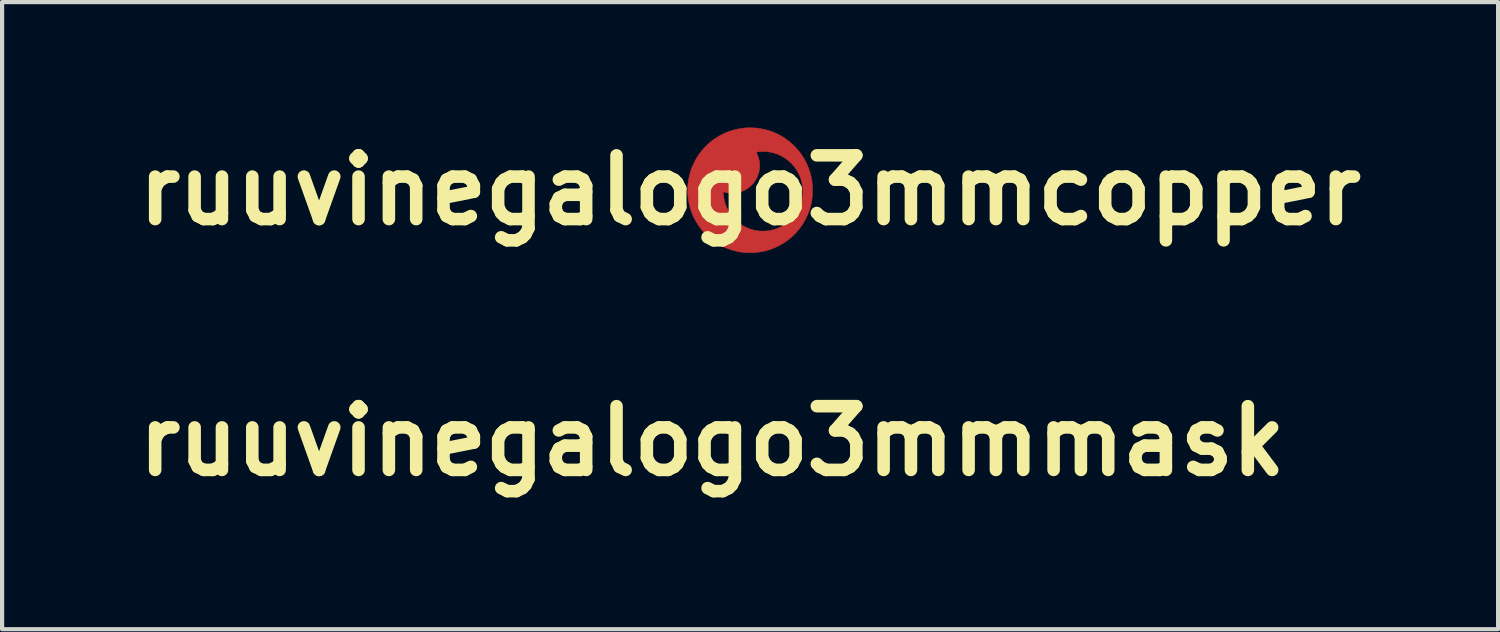
<source format=kicad_pcb>
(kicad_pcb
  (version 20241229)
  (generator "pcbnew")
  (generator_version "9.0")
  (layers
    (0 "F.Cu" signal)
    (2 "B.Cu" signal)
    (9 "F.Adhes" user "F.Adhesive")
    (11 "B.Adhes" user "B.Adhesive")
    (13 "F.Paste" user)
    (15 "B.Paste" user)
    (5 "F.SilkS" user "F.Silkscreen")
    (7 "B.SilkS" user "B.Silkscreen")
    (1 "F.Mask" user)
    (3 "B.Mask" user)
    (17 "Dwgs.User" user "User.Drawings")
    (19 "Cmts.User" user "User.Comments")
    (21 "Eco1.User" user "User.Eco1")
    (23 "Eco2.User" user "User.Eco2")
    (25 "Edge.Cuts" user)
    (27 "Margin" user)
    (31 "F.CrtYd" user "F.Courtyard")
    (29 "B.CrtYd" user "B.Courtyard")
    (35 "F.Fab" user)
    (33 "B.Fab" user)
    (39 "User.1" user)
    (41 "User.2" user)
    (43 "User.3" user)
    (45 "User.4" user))
  (footprint "ruuvinegalogo3mmcopper"
    (layer "F.Cu")
    (at 14.884 1.499)
    (property "Reference" "ruuvinegalogo3mmcopper" (at 0 0 0) (layer "F.SilkS") (effects (font (size 1.524 1.524) (thickness 0.3))))
    (attr through_hole)
    (fp_poly (pts (xy 0.012 -1.493) (xy 0.045 -1.493) (xy 0.077 -1.492) (xy 0.107 -1.491) (xy 0.135 -1.489) (xy 0.158 -1.487) (xy 0.161 -1.487) (xy 0.256 -1.473) (xy 0.349 -1.454) (xy 0.44 -1.43) (xy 0.528 -1.4) (xy 0.615 -1.364) (xy 0.698 -1.324) (xy 0.779 -1.278) (xy 0.857 -1.227) (xy 0.932 -1.171) (xy 1.004 -1.109) (xy 1.058 -1.058) (xy 1.122 -0.989) (xy 1.182 -0.917) (xy 1.237 -0.842) (xy 1.287 -0.763) (xy 1.332 -0.682) (xy 1.372 -0.598) (xy 1.406 -0.512) (xy 1.435 -0.424) (xy 1.459 -0.335) (xy 1.476 -0.243) (xy 1.48 -0.217) (xy 1.49 -0.128) (xy 1.495 -0.038) (xy 1.494 0.052) (xy 1.489 0.142) (xy 1.478 0.231) (xy 1.462 0.317) (xy 1.46 0.329) (xy 1.436 0.418) (xy 1.408 0.506) (xy 1.374 0.593) (xy 1.334 0.676) (xy 1.29 0.757) (xy 1.242 0.835) (xy 1.188 0.909) (xy 1.184 0.914) (xy 1.136 0.973) (xy 1.084 1.03) (xy 1.03 1.084) (xy 0.974 1.135) (xy 0.92 1.179) (xy 0.848 1.231) (xy 0.773 1.28) (xy 0.695 1.324) (xy 0.614 1.364) (xy 0.532 1.398) (xy 0.477 1.418) (xy 0.399 1.441) (xy 0.318 1.461) (xy 0.236 1.476) (xy 0.153 1.487) (xy 0.109 1.491) (xy 0.09 1.492) (xy 0.066 1.493) (xy 0.039 1.493) (xy 0.01 1.494) (xy -0.019 1.494) (xy -0.048 1.493) (xy -0.074 1.493) (xy -0.097 1.492) (xy -0.112 1.491) (xy -0.206 1.481) (xy -0.299 1.465) (xy -0.39 1.443) (xy -0.479 1.416) (xy -0.566 1.383) (xy -0.651 1.345) (xy -0.734 1.301) (xy -0.815 1.251) (xy -0.894 1.197) (xy -0.959 1.145) (xy -0.974 1.133) (xy -0.991 1.116) (xy -1.011 1.098) (xy -1.033 1.077) (xy -1.055 1.055) (xy -1.076 1.034) (xy -1.097 1.012) (xy -1.115 0.993) (xy -1.131 0.976) (xy -1.141 0.964) (xy -1.201 0.887) (xy -1.255 0.809) (xy -1.304 0.728) (xy -1.347 0.644) (xy -1.385 0.559) (xy -1.417 0.471) (xy -1.443 0.381) (xy -1.464 0.289) (xy -1.48 0.195) (xy -1.488 0.118) (xy -1.489 0.101) (xy -1.49 0.08) (xy -1.491 0.054) (xy -1.491 0.038) (xy -0.64 0.038) (xy -0.638 0.076) (xy -0.631 0.151) (xy -0.619 0.226) (xy -0.6 0.299) (xy -0.579 0.36) (xy -0.571 0.38) (xy -0.561 0.404) (xy -0.549 0.43) (xy -0.536 0.456) (xy -0.523 0.482) (xy -0.51 0.506) (xy -0.498 0.526) (xy -0.495 0.532) (xy -0.452 0.593) (xy -0.405 0.651) (xy -0.354 0.705) (xy -0.3 0.755) (xy -0.241 0.8) (xy -0.179 0.841) (xy -0.117 0.875) (xy -0.048 0.906) (xy 0.021 0.932) (xy 0.092 0.952) (xy 0.164 0.966) (xy 0.223 0.974) (xy 0.238 0.975) (xy 0.258 0.976) (xy 0.281 0.976) (xy 0.306 0.976) (xy 0.333 0.975) (xy 0.359 0.974) (xy 0.383 0.973) (xy 0.405 0.971) (xy 0.421 0.97) (xy 0.496 0.958) (xy 0.569 0.94) (xy 0.639 0.917) (xy 0.707 0.889) (xy 0.772 0.856) (xy 0.834 0.819) (xy 0.893 0.777) (xy 0.949 0.73) (xy 1 0.679) (xy 1.048 0.625) (xy 1.092 0.567) (xy 1.132 0.505) (xy 1.166 0.439) (xy 1.196 0.371) (xy 1.21 0.334) (xy 1.231 0.263) (xy 1.247 0.191) (xy 1.257 0.118) (xy 1.261 0.043) (xy 1.259 -0.031) (xy 1.252 -0.106) (xy 1.249 -0.128) (xy 1.234 -0.2) (xy 1.215 -0.27) (xy 1.189 -0.338) (xy 1.159 -0.404) (xy 1.124 -0.467) (xy 1.085 -0.527) (xy 1.041 -0.584) (xy 0.993 -0.637) (xy 0.941 -0.686) (xy 0.886 -0.732) (xy 0.827 -0.773) (xy 0.765 -0.81) (xy 0.7 -0.843) (xy 0.633 -0.87) (xy 0.563 -0.892) (xy 0.501 -0.907) (xy 0.469 -0.913) (xy 0.439 -0.918) (xy 0.411 -0.921) (xy 0.382 -0.923) (xy 0.35 -0.924) (xy 0.315 -0.925) (xy 0.283 -0.924) (xy 0.254 -0.923) (xy 0.229 -0.922) (xy 0.205 -0.92) (xy 0.181 -0.916) (xy 0.165 -0.914) (xy 0.147 -0.911) (xy 0.164 -0.875) (xy 0.188 -0.82) (xy 0.206 -0.764) (xy 0.22 -0.706) (xy 0.223 -0.686) (xy 0.226 -0.663) (xy 0.228 -0.635) (xy 0.229 -0.605) (xy 0.229 -0.573) (xy 0.228 -0.542) (xy 0.226 -0.514) (xy 0.223 -0.488) (xy 0.222 -0.48) (xy 0.208 -0.417) (xy 0.188 -0.357) (xy 0.164 -0.3) (xy 0.135 -0.246) (xy 0.1 -0.195) (xy 0.06 -0.146) (xy 0.045 -0.13) (xy 0.000283 -0.088) (xy -0.048 -0.05) (xy -0.1 -0.017) (xy -0.154 0.011) (xy -0.21 0.034) (xy -0.265 0.051) (xy -0.294 0.058) (xy -0.32 0.063) (xy -0.345 0.066) (xy -0.371 0.069) (xy -0.4 0.07) (xy -0.429 0.07) (xy -0.46 0.07) (xy -0.489 0.068) (xy -0.515 0.066) (xy -0.541 0.062) (xy -0.568 0.057) (xy -0.597 0.05) (xy -0.63 0.041) (xy -0.633 0.04) (xy -0.64 0.038) (xy -1.491 0.038) (xy -1.491 0.027) (xy -1.491 -0.002) (xy -1.491 -0.03) (xy -1.49 -0.057) (xy -1.49 -0.082) (xy -1.489 -0.103) (xy -1.488 -0.118) (xy -1.48 -0.191) (xy -1.47 -0.262) (xy -1.455 -0.332) (xy -1.447 -0.366) (xy -1.422 -0.456) (xy -1.391 -0.543) (xy -1.355 -0.628) (xy -1.313 -0.711) (xy -1.267 -0.791) (xy -1.215 -0.868) (xy -1.159 -0.941) (xy -1.098 -1.011) (xy -1.033 -1.078) (xy -0.964 -1.141) (xy -0.891 -1.199) (xy -0.85 -1.228) (xy -0.771 -1.279) (xy -0.69 -1.325) (xy -0.606 -1.366) (xy -0.52 -1.401) (xy -0.431 -1.431) (xy -0.34 -1.455) (xy -0.247 -1.474) (xy -0.153 -1.487) (xy -0.1 -1.491) (xy -0.078 -1.493) (xy -0.051 -1.493) (xy -0.02 -1.494) (xy 0.012 -1.493)) (stroke (width 0.01) (type solid)) (fill yes) (layer "F.Cu")))
  (footprint "ruuvinegalogo3mmmask"
    (layer "F.Cu")
    (at 13.977 7.496)
    (property "Reference" "ruuvinegalogo3mmmask" (at 0 0 0) (layer "F.SilkS") (effects (font (size 1.524 1.524) (thickness 0.3))))
    (attr through_hole)
    (fp_poly (pts (xy 0.012 -1.493) (xy 0.045 -1.493) (xy 0.077 -1.492) (xy 0.107 -1.491) (xy 0.135 -1.489) (xy 0.158 -1.487) (xy 0.161 -1.487) (xy 0.256 -1.473) (xy 0.349 -1.454) (xy 0.44 -1.43) (xy 0.528 -1.4) (xy 0.615 -1.364) (xy 0.698 -1.324) (xy 0.779 -1.278) (xy 0.857 -1.227) (xy 0.932 -1.171) (xy 1.004 -1.109) (xy 1.058 -1.058) (xy 1.122 -0.989) (xy 1.182 -0.917) (xy 1.237 -0.842) (xy 1.287 -0.763) (xy 1.332 -0.682) (xy 1.372 -0.598) (xy 1.406 -0.512) (xy 1.435 -0.424) (xy 1.459 -0.335) (xy 1.476 -0.243) (xy 1.48 -0.217) (xy 1.49 -0.128) (xy 1.495 -0.038) (xy 1.494 0.052) (xy 1.489 0.142) (xy 1.478 0.231) (xy 1.462 0.317) (xy 1.46 0.329) (xy 1.436 0.418) (xy 1.408 0.506) (xy 1.374 0.593) (xy 1.334 0.676) (xy 1.29 0.757) (xy 1.242 0.835) (xy 1.188 0.909) (xy 1.184 0.914) (xy 1.136 0.973) (xy 1.084 1.03) (xy 1.03 1.084) (xy 0.974 1.135) (xy 0.92 1.179) (xy 0.848 1.231) (xy 0.773 1.28) (xy 0.695 1.324) (xy 0.614 1.364) (xy 0.532 1.398) (xy 0.477 1.418) (xy 0.399 1.441) (xy 0.318 1.461) (xy 0.236 1.476) (xy 0.153 1.487) (xy 0.109 1.491) (xy 0.09 1.492) (xy 0.066 1.493) (xy 0.039 1.493) (xy 0.01 1.494) (xy -0.019 1.494) (xy -0.048 1.493) (xy -0.074 1.493) (xy -0.097 1.492) (xy -0.112 1.491) (xy -0.206 1.481) (xy -0.299 1.465) (xy -0.39 1.443) (xy -0.479 1.416) (xy -0.566 1.383) (xy -0.651 1.345) (xy -0.734 1.301) (xy -0.815 1.251) (xy -0.894 1.197) (xy -0.959 1.145) (xy -0.974 1.133) (xy -0.991 1.116) (xy -1.011 1.098) (xy -1.033 1.077) (xy -1.055 1.055) (xy -1.076 1.034) (xy -1.097 1.012) (xy -1.115 0.993) (xy -1.131 0.976) (xy -1.141 0.964) (xy -1.201 0.887) (xy -1.255 0.809) (xy -1.304 0.728) (xy -1.347 0.644) (xy -1.385 0.559) (xy -1.417 0.471) (xy -1.443 0.381) (xy -1.464 0.289) (xy -1.48 0.195) (xy -1.488 0.118) (xy -1.489 0.101) (xy -1.49 0.08) (xy -1.491 0.054) (xy -1.491 0.038) (xy -0.64 0.038) (xy -0.638 0.076) (xy -0.631 0.151) (xy -0.619 0.226) (xy -0.6 0.299) (xy -0.579 0.36) (xy -0.571 0.38) (xy -0.561 0.404) (xy -0.549 0.43) (xy -0.536 0.456) (xy -0.523 0.482) (xy -0.51 0.506) (xy -0.498 0.526) (xy -0.495 0.532) (xy -0.452 0.593) (xy -0.405 0.651) (xy -0.354 0.705) (xy -0.3 0.755) (xy -0.241 0.8) (xy -0.179 0.841) (xy -0.117 0.875) (xy -0.048 0.906) (xy 0.021 0.932) (xy 0.092 0.952) (xy 0.164 0.966) (xy 0.223 0.974) (xy 0.238 0.975) (xy 0.258 0.976) (xy 0.281 0.976) (xy 0.306 0.976) (xy 0.333 0.975) (xy 0.359 0.974) (xy 0.383 0.973) (xy 0.405 0.971) (xy 0.421 0.97) (xy 0.496 0.958) (xy 0.569 0.94) (xy 0.639 0.917) (xy 0.707 0.889) (xy 0.772 0.856) (xy 0.834 0.819) (xy 0.893 0.777) (xy 0.949 0.73) (xy 1 0.679) (xy 1.048 0.625) (xy 1.092 0.567) (xy 1.132 0.505) (xy 1.166 0.439) (xy 1.196 0.371) (xy 1.21 0.334) (xy 1.231 0.263) (xy 1.247 0.191) (xy 1.257 0.118) (xy 1.261 0.043) (xy 1.259 -0.031) (xy 1.252 -0.106) (xy 1.249 -0.128) (xy 1.234 -0.2) (xy 1.215 -0.27) (xy 1.189 -0.338) (xy 1.159 -0.404) (xy 1.124 -0.467) (xy 1.085 -0.527) (xy 1.041 -0.584) (xy 0.993 -0.637) (xy 0.941 -0.686) (xy 0.886 -0.732) (xy 0.827 -0.773) (xy 0.765 -0.81) (xy 0.7 -0.843) (xy 0.633 -0.87) (xy 0.563 -0.892) (xy 0.501 -0.907) (xy 0.469 -0.913) (xy 0.439 -0.918) (xy 0.411 -0.921) (xy 0.382 -0.923) (xy 0.35 -0.924) (xy 0.315 -0.925) (xy 0.283 -0.924) (xy 0.254 -0.923) (xy 0.229 -0.922) (xy 0.205 -0.92) (xy 0.181 -0.916) (xy 0.165 -0.914) (xy 0.147 -0.911) (xy 0.164 -0.875) (xy 0.188 -0.82) (xy 0.206 -0.764) (xy 0.22 -0.706) (xy 0.223 -0.686) (xy 0.226 -0.663) (xy 0.228 -0.635) (xy 0.229 -0.605) (xy 0.229 -0.573) (xy 0.228 -0.542) (xy 0.226 -0.514) (xy 0.223 -0.488) (xy 0.222 -0.48) (xy 0.208 -0.417) (xy 0.188 -0.357) (xy 0.164 -0.3) (xy 0.135 -0.246) (xy 0.1 -0.195) (xy 0.06 -0.146) (xy 0.045 -0.13) (xy 0.000283 -0.088) (xy -0.048 -0.05) (xy -0.1 -0.017) (xy -0.154 0.011) (xy -0.21 0.034) (xy -0.265 0.051) (xy -0.294 0.058) (xy -0.32 0.063) (xy -0.345 0.066) (xy -0.371 0.069) (xy -0.4 0.07) (xy -0.429 0.07) (xy -0.46 0.07) (xy -0.489 0.068) (xy -0.515 0.066) (xy -0.541 0.062) (xy -0.568 0.057) (xy -0.597 0.05) (xy -0.63 0.041) (xy -0.633 0.04) (xy -0.64 0.038) (xy -1.491 0.038) (xy -1.491 0.027) (xy -1.491 -0.002) (xy -1.491 -0.03) (xy -1.49 -0.057) (xy -1.49 -0.082) (xy -1.489 -0.103) (xy -1.488 -0.118) (xy -1.48 -0.191) (xy -1.47 -0.262) (xy -1.455 -0.332) (xy -1.447 -0.366) (xy -1.422 -0.456) (xy -1.391 -0.543) (xy -1.355 -0.628) (xy -1.313 -0.711) (xy -1.267 -0.791) (xy -1.215 -0.868) (xy -1.159 -0.941) (xy -1.098 -1.011) (xy -1.033 -1.078) (xy -0.964 -1.141) (xy -0.891 -1.199) (xy -0.85 -1.228) (xy -0.771 -1.279) (xy -0.69 -1.325) (xy -0.606 -1.366) (xy -0.52 -1.401) (xy -0.431 -1.431) (xy -0.34 -1.455) (xy -0.247 -1.474) (xy -0.153 -1.487) (xy -0.1 -1.491) (xy -0.078 -1.493) (xy -0.051 -1.493) (xy -0.02 -1.494) (xy 0.012 -1.493)) (stroke (width 0.01) (type solid)) (fill yes) (layer "F.Mask")))
  (gr_rect
    (start -3 -3)
    (end 32.769 11.994)
    (stroke (width 0.1) (type default))
    (fill no)
    (layer "Edge.Cuts")))
</source>
